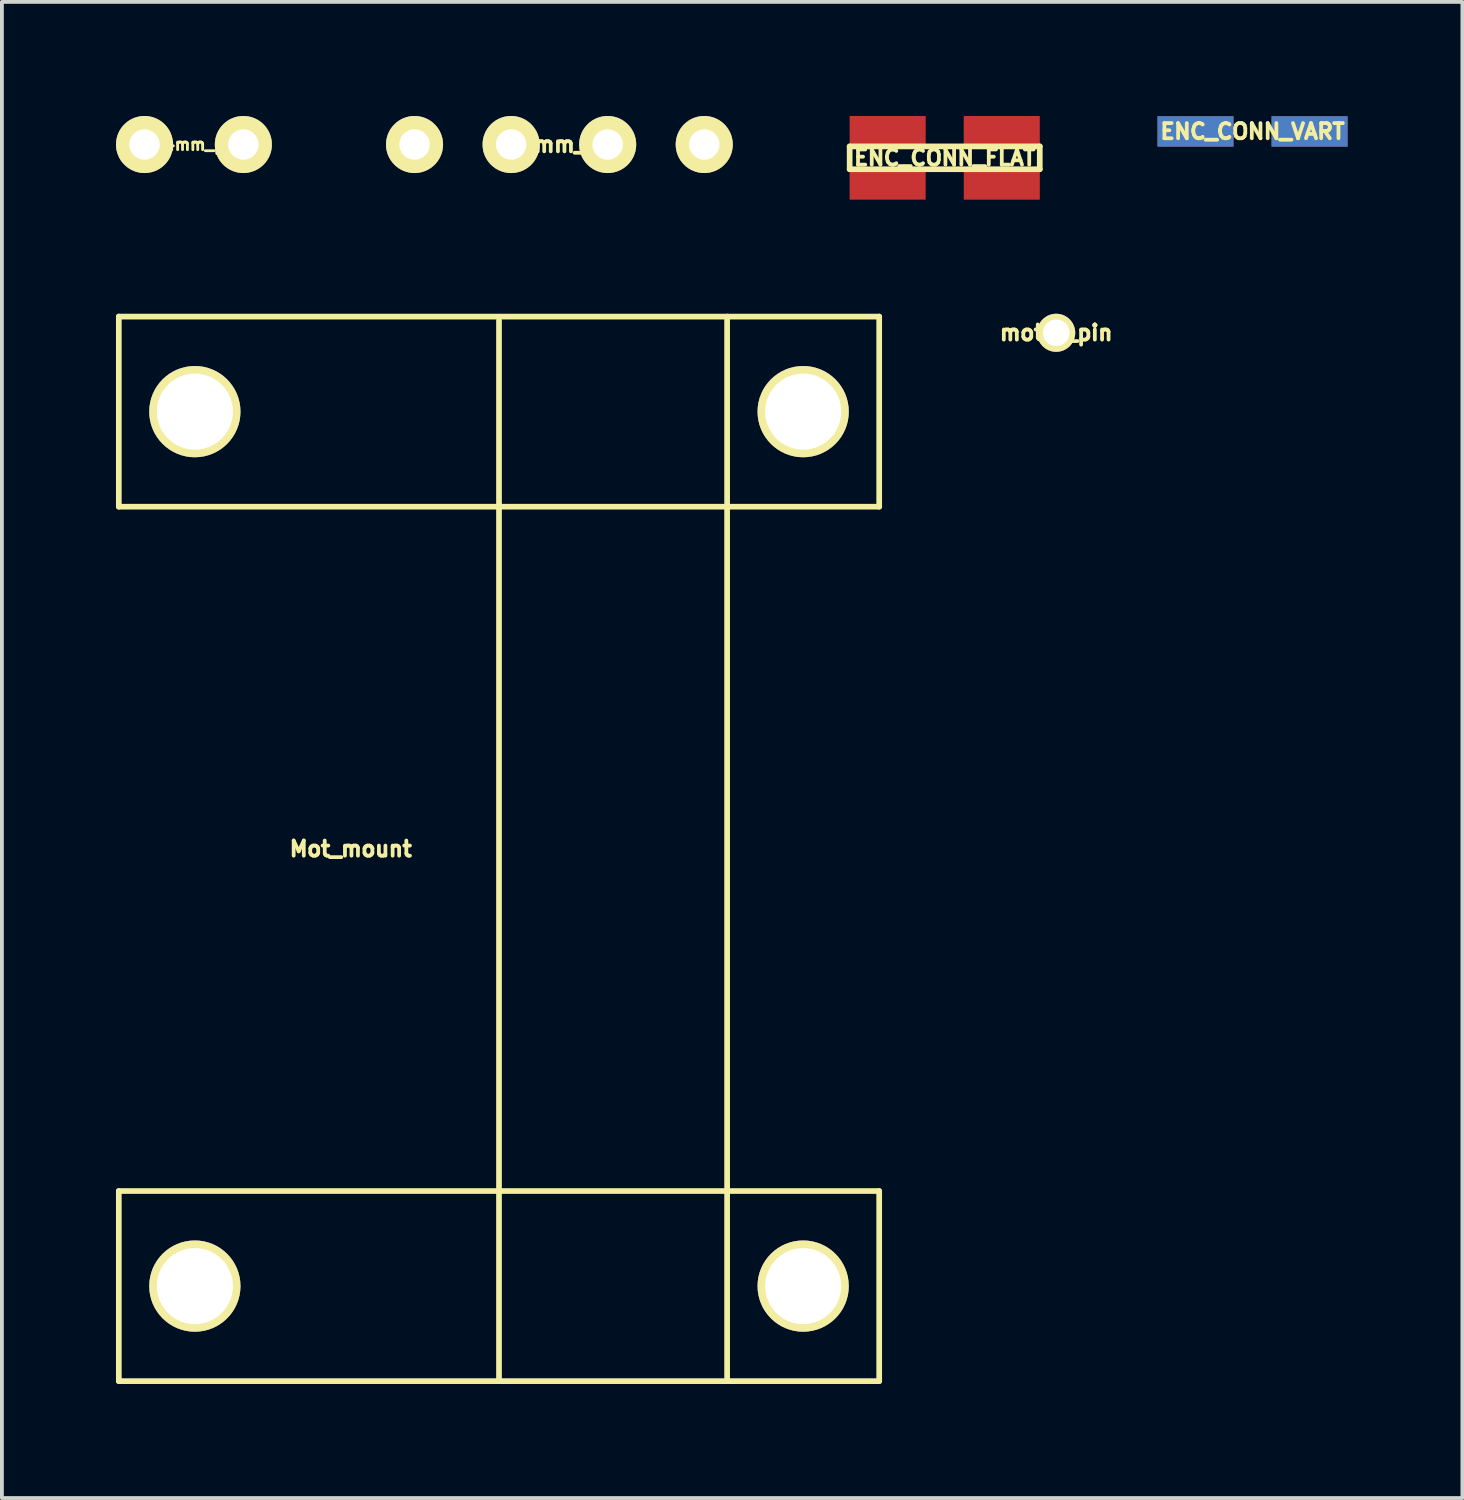
<source format=kicad_pcb>
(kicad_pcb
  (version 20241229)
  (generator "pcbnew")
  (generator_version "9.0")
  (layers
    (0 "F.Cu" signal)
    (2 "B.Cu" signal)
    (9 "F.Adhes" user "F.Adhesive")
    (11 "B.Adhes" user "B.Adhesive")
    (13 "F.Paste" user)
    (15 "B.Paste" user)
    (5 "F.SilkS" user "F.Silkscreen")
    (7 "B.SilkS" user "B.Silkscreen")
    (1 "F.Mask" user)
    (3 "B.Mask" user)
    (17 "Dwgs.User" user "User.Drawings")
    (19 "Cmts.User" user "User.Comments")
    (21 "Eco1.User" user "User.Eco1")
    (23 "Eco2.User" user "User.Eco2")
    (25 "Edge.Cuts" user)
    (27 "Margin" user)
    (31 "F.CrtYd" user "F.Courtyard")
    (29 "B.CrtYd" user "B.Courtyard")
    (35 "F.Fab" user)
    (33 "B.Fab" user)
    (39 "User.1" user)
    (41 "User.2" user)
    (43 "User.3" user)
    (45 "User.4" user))
  (footprint "2.54mm_pin4"
    (layer "F.Cu")
    (at 11.663 0.751)
    (property "Reference" "2.54mm_pin4" (at 0 0 0) (layer "F.SilkS") (effects (font (size 0.399 0.399) (thickness 0.099))))
    (attr through_hole)
    (pad "1" thru_hole circle (at -3.81 0) (size 1.501 1.501) (drill 0.8) (layers "*.Cu" "*.Mask" "F.SilkS"))
    (pad "2" thru_hole circle (at -1.27 0) (size 1.501 1.501) (drill 0.8) (layers "*.Cu" "*.Mask" "F.SilkS"))
    (pad "3" thru_hole circle (at 1.27 0) (size 1.501 1.501) (drill 0.8) (layers "*.Cu" "*.Mask" "F.SilkS"))
    (pad "4" thru_hole circle (at 3.81 0) (size 1.501 1.501) (drill 0.8) (layers "*.Cu" "*.Mask" "F.SilkS")))
  (footprint "2.54mm_pin2"
    (layer "F.Cu")
    (at 2.051 0.751)
    (property "Reference" "2.54mm_pin2" (at 0 0 0) (layer "F.SilkS") (effects (font (size 0.3 0.3) (thickness 0.076))))
    (attr through_hole)
    (pad "1" thru_hole circle (at -1.3 0) (size 1.501 1.501) (drill 0.8) (layers "*.Cu" "*.Mask" "F.SilkS"))
    (pad "2" thru_hole circle (at 1.3 0) (size 1.501 1.501) (drill 0.8) (layers "*.Cu" "*.Mask" "F.SilkS")))
  (footprint "Mot_mount"
    (layer "F.Cu")
    (at 6.175 19.277)
    (property "Reference" "Mot_mount" (at 0 0 0) (layer "F.SilkS") (effects (font (size 0.399 0.399) (thickness 0.099))))
    (attr through_hole)
    (fp_line (start -6.1 -14) (end -6.1 -9) (stroke (width 0.15) (type solid)) (layer "F.SilkS"))
    (fp_line (start -6.1 -9) (end 13.9 -9) (stroke (width 0.15) (type solid)) (layer "F.SilkS"))
    (fp_line (start -6.1 9) (end -6.1 14) (stroke (width 0.15) (type solid)) (layer "F.SilkS"))
    (fp_line (start -6.1 14) (end 13.9 14) (stroke (width 0.15) (type solid)) (layer "F.SilkS"))
    (fp_line (start 3.9 -13.9) (end 3.9 14) (stroke (width 0.15) (type solid)) (layer "F.SilkS"))
    (fp_line (start 9.9 14) (end 9.9 -14) (stroke (width 0.15) (type solid)) (layer "F.SilkS"))
    (fp_line (start 13.9 -14) (end -6.1 -14) (stroke (width 0.15) (type solid)) (layer "F.SilkS"))
    (fp_line (start 13.9 -9) (end 13.9 -14) (stroke (width 0.15) (type solid)) (layer "F.SilkS"))
    (fp_line (start 13.9 9) (end -6.1 9) (stroke (width 0.15) (type solid)) (layer "F.SilkS"))
    (fp_line (start 13.9 14) (end 13.9 9) (stroke (width 0.15) (type solid)) (layer "F.SilkS"))
    (pad "1" thru_hole circle (at -4.1 -11.5) (size 2.4 2.4) (drill 2) (layers "*.Cu" "*.Mask" "F.SilkS"))
    (pad "2" thru_hole circle (at 11.9 -11.5) (size 2.4 2.4) (drill 2) (layers "*.Cu" "*.Mask" "F.SilkS"))
    (pad "3" thru_hole circle (at 11.9 11.5) (size 2.4 2.4) (drill 2) (layers "*.Cu" "*.Mask" "F.SilkS"))
    (pad "4" thru_hole circle (at -4.1 11.5) (size 2.4 2.4) (drill 2) (layers "*.Cu" "*.Mask" "F.SilkS")))
  (footprint "motor_pin"
    (layer "F.Cu")
    (at 24.73 5.703)
    (property "Reference" "motor_pin" (at 0 0 0) (layer "F.SilkS") (effects (font (size 0.399 0.399) (thickness 0.099))))
    (attr through_hole)
    (pad "1" thru_hole circle (at 0 0) (size 1.001 1.001) (drill 0.701) (layers "*.Cu" "*.Mask" "F.SilkS")))
  (footprint "ENC_CONN_FLAT"
    (layer "F.Cu")
    (at 21.798 1.101)
    (property "Reference" "ENC_CONN_FLAT" (at 0 0 0) (layer "F.SilkS") (effects (font (size 0.399 0.399) (thickness 0.099))))
    (attr through_hole)
    (fp_line (start -2.5 -0.3) (end -2.5 0.3) (stroke (width 0.15) (type solid)) (layer "F.SilkS"))
    (fp_line (start -2.5 0.3) (end 2.5 0.3) (stroke (width 0.15) (type solid)) (layer "F.SilkS"))
    (fp_line (start 2.5 -0.3) (end -2.5 -0.3) (stroke (width 0.15) (type solid)) (layer "F.SilkS"))
    (fp_line (start 2.5 0.3) (end 2.5 -0.3) (stroke (width 0.15) (type solid)) (layer "F.SilkS"))
    (pad "1" smd rect (at 1.501 0.701) (size 2 0.8) (layers "F.Cu" "F.Mask" "F.Paste"))
    (pad "2" smd rect (at -1.501 0.7) (size 2 0.8) (layers "F.Cu" "F.Mask" "F.Paste"))
    (pad "3" smd rect (at 1.5 -0.701) (size 2 0.8) (layers "F.Cu" "F.Mask" "F.Paste"))
    (pad "4" smd rect (at -1.5 -0.701) (size 2 0.8) (layers "F.Cu" "F.Mask" "F.Paste")))
  (footprint "ENC_CONN_VART"
    (layer "F.Cu")
    (at 29.894 0.407)
    (property "Reference" "ENC_CONN_VART" (at 0 0 0) (layer "F.SilkS") (effects (font (size 0.399 0.399) (thickness 0.099))))
    (attr through_hole)
    (pad "1" smd rect (at 1.501 0) (size 2 0.8) (layers "F.Cu" "F.Mask" "F.Paste"))
    (pad "2" smd rect (at -1.501 0) (size 2 0.8) (layers "F.Cu" "F.Mask" "F.Paste"))
    (pad "3" smd rect (at 1.5 0) (size 2 0.8) (layers "F.Mask" "B.Cu" "F.Paste"))
    (pad "4" smd rect (at -1.5 0) (size 2 0.8) (layers "F.Mask" "B.Cu" "F.Paste")))
  (gr_rect
    (start -3 -3)
    (end 35.414 36.352)
    (stroke (width 0.1) (type default))
    (fill no)
    (layer "Edge.Cuts")))
</source>
